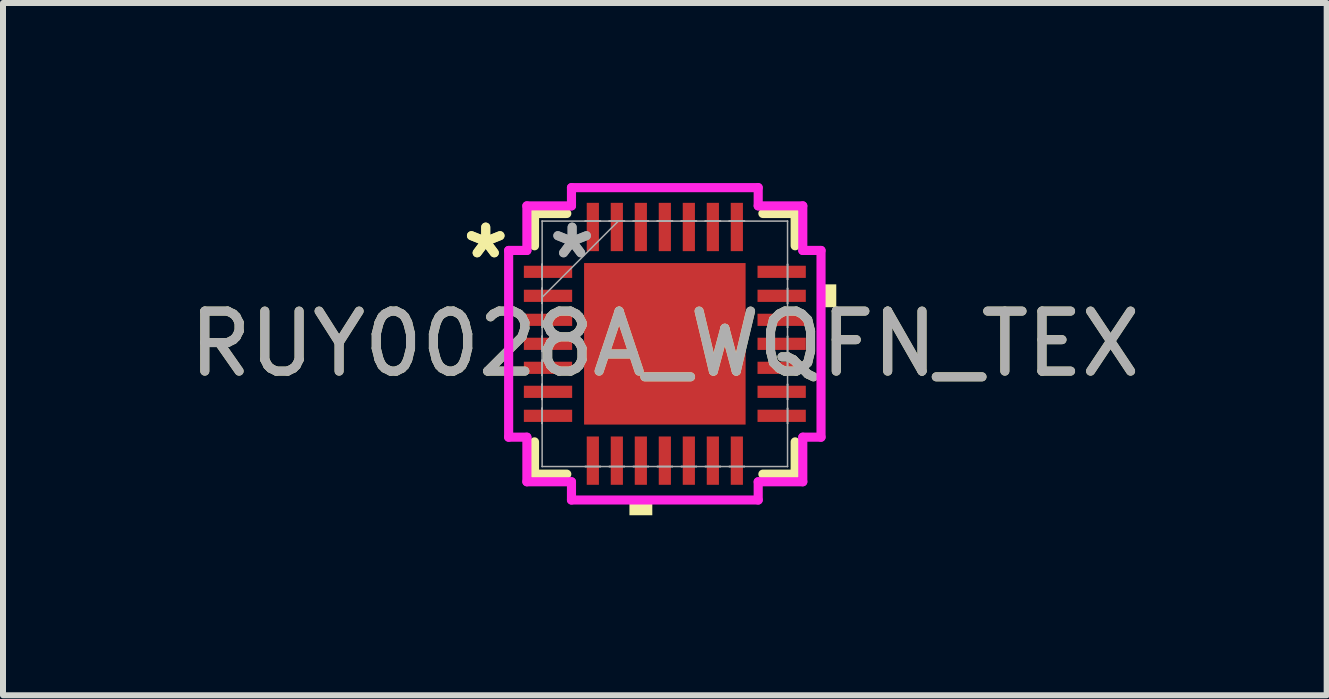
<source format=kicad_pcb>
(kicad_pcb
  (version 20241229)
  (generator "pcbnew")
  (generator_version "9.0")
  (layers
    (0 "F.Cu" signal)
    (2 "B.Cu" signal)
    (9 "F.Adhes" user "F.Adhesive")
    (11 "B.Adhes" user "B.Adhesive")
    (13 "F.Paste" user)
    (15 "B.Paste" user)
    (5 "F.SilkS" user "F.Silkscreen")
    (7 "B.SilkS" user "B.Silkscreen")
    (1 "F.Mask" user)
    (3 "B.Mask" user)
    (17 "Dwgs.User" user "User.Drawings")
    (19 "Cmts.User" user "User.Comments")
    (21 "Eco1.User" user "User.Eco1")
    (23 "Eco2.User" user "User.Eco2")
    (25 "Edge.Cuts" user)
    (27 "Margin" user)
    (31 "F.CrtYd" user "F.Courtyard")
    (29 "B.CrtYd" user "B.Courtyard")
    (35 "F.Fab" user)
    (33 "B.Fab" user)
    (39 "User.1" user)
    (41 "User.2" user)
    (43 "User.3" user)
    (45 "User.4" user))
  (footprint "RUY0028A_WQFN_TEX"
    (layer "F.Cu")
    (at 8.03 2.68)
    (property "Reference" "RUY0028A_WQFN_TEX" (at 0 0 0) (unlocked yes) (layer "F.SilkS") (effects (font (size 1 1) (thickness 0.15))))
    (attr smd)
    (fp_line (start -2.172 -2.172) (end -2.172 -1.634) (stroke (width 0.152) (type solid)) (layer "F.SilkS"))
    (fp_line (start -2.172 1.634) (end -2.172 2.172) (stroke (width 0.152) (type solid)) (layer "F.SilkS"))
    (fp_line (start -2.172 2.172) (end -1.634 2.172) (stroke (width 0.152) (type solid)) (layer "F.SilkS"))
    (fp_line (start -1.634 -2.172) (end -2.172 -2.172) (stroke (width 0.152) (type solid)) (layer "F.SilkS"))
    (fp_line (start 1.634 2.172) (end 2.172 2.172) (stroke (width 0.152) (type solid)) (layer "F.SilkS"))
    (fp_line (start 2.172 -2.172) (end 1.634 -2.172) (stroke (width 0.152) (type solid)) (layer "F.SilkS"))
    (fp_line (start 2.172 -1.634) (end 2.172 -2.172) (stroke (width 0.152) (type solid)) (layer "F.SilkS"))
    (fp_line (start 2.172 2.172) (end 2.172 1.634) (stroke (width 0.152) (type solid)) (layer "F.SilkS"))
    (fp_poly (pts (xy -0.59 2.603) (xy -0.59 2.857) (xy -0.209 2.857) (xy -0.209 2.603)) (stroke (width 0) (type solid)) (fill yes) (layer "F.SilkS"))
    (fp_poly (pts (xy 2.857 -0.991) (xy 2.857 -0.61) (xy 2.603 -0.61) (xy 2.603 -0.991)) (stroke (width 0) (type solid)) (fill yes) (layer "F.SilkS"))
    (fp_poly (pts (xy -1.246 -1.246) (xy -1.246 -0.1) (xy -0.1 -0.1) (xy -0.1 -1.246)) (stroke (width 0) (type solid)) (fill yes) (layer "F.Paste"))
    (fp_poly (pts (xy -1.246 0.1) (xy -1.246 1.246) (xy -0.1 1.246) (xy -0.1 0.1)) (stroke (width 0) (type solid)) (fill yes) (layer "F.Paste"))
    (fp_poly (pts (xy 0.1 -1.246) (xy 0.1 -0.1) (xy 1.246 -0.1) (xy 1.246 -1.246)) (stroke (width 0) (type solid)) (fill yes) (layer "F.Paste"))
    (fp_poly (pts (xy 0.1 0.1) (xy 0.1 1.246) (xy 1.246 1.246) (xy 1.246 0.1)) (stroke (width 0) (type solid)) (fill yes) (layer "F.Paste"))
    (fp_line (start -2.603 -1.556) (end -2.299 -1.556) (stroke (width 0.152) (type solid)) (layer "F.CrtYd"))
    (fp_line (start -2.603 1.556) (end -2.603 -1.556) (stroke (width 0.152) (type solid)) (layer "F.CrtYd"))
    (fp_line (start -2.299 -2.299) (end -1.556 -2.299) (stroke (width 0.152) (type solid)) (layer "F.CrtYd"))
    (fp_line (start -2.299 -1.556) (end -2.299 -2.299) (stroke (width 0.152) (type solid)) (layer "F.CrtYd"))
    (fp_line (start -2.299 1.556) (end -2.603 1.556) (stroke (width 0.152) (type solid)) (layer "F.CrtYd"))
    (fp_line (start -2.299 2.299) (end -2.299 1.556) (stroke (width 0.152) (type solid)) (layer "F.CrtYd"))
    (fp_line (start -1.556 -2.603) (end 1.556 -2.603) (stroke (width 0.152) (type solid)) (layer "F.CrtYd"))
    (fp_line (start -1.556 -2.299) (end -1.556 -2.603) (stroke (width 0.152) (type solid)) (layer "F.CrtYd"))
    (fp_line (start -1.556 2.299) (end -2.299 2.299) (stroke (width 0.152) (type solid)) (layer "F.CrtYd"))
    (fp_line (start -1.556 2.603) (end -1.556 2.299) (stroke (width 0.152) (type solid)) (layer "F.CrtYd"))
    (fp_line (start 1.556 -2.603) (end 1.556 -2.299) (stroke (width 0.152) (type solid)) (layer "F.CrtYd"))
    (fp_line (start 1.556 -2.299) (end 2.299 -2.299) (stroke (width 0.152) (type solid)) (layer "F.CrtYd"))
    (fp_line (start 1.556 2.299) (end 1.556 2.603) (stroke (width 0.152) (type solid)) (layer "F.CrtYd"))
    (fp_line (start 1.556 2.603) (end -1.556 2.603) (stroke (width 0.152) (type solid)) (layer "F.CrtYd"))
    (fp_line (start 2.299 -2.299) (end 2.299 -1.556) (stroke (width 0.152) (type solid)) (layer "F.CrtYd"))
    (fp_line (start 2.299 -1.556) (end 2.603 -1.556) (stroke (width 0.152) (type solid)) (layer "F.CrtYd"))
    (fp_line (start 2.299 1.556) (end 2.299 2.299) (stroke (width 0.152) (type solid)) (layer "F.CrtYd"))
    (fp_line (start 2.299 2.299) (end 1.556 2.299) (stroke (width 0.152) (type solid)) (layer "F.CrtYd"))
    (fp_line (start 2.603 -1.556) (end 2.603 1.556) (stroke (width 0.152) (type solid)) (layer "F.CrtYd"))
    (fp_line (start 2.603 1.556) (end 2.299 1.556) (stroke (width 0.152) (type solid)) (layer "F.CrtYd"))
    (fp_line (start -2.045 -2.045) (end -2.045 -2.045) (stroke (width 0.025) (type solid)) (layer "F.Fab"))
    (fp_line (start -2.045 -2.045) (end -2.045 2.045) (stroke (width 0.025) (type solid)) (layer "F.Fab"))
    (fp_line (start -2.045 -1.327) (end -2.045 -1.327) (stroke (width 0.025) (type solid)) (layer "F.Fab"))
    (fp_line (start -2.045 -1.327) (end -2.045 -1.073) (stroke (width 0.025) (type solid)) (layer "F.Fab"))
    (fp_line (start -2.045 -1.073) (end -2.045 -1.327) (stroke (width 0.025) (type solid)) (layer "F.Fab"))
    (fp_line (start -2.045 -1.073) (end -2.045 -1.073) (stroke (width 0.025) (type solid)) (layer "F.Fab"))
    (fp_line (start -2.045 -0.927) (end -2.045 -0.927) (stroke (width 0.025) (type solid)) (layer "F.Fab"))
    (fp_line (start -2.045 -0.927) (end -2.045 -0.673) (stroke (width 0.025) (type solid)) (layer "F.Fab"))
    (fp_line (start -2.045 -0.775) (end -0.775 -2.045) (stroke (width 0.025) (type solid)) (layer "F.Fab"))
    (fp_line (start -2.045 -0.673) (end -2.045 -0.927) (stroke (width 0.025) (type solid)) (layer "F.Fab"))
    (fp_line (start -2.045 -0.673) (end -2.045 -0.673) (stroke (width 0.025) (type solid)) (layer "F.Fab"))
    (fp_line (start -2.045 -0.527) (end -2.045 -0.527) (stroke (width 0.025) (type solid)) (layer "F.Fab"))
    (fp_line (start -2.045 -0.527) (end -2.045 -0.273) (stroke (width 0.025) (type solid)) (layer "F.Fab"))
    (fp_line (start -2.045 -0.273) (end -2.045 -0.527) (stroke (width 0.025) (type solid)) (layer "F.Fab"))
    (fp_line (start -2.045 -0.273) (end -2.045 -0.273) (stroke (width 0.025) (type solid)) (layer "F.Fab"))
    (fp_line (start -2.045 -0.127) (end -2.045 -0.127) (stroke (width 0.025) (type solid)) (layer "F.Fab"))
    (fp_line (start -2.045 -0.127) (end -2.045 0.127) (stroke (width 0.025) (type solid)) (layer "F.Fab"))
    (fp_line (start -2.045 0.127) (end -2.045 -0.127) (stroke (width 0.025) (type solid)) (layer "F.Fab"))
    (fp_line (start -2.045 0.127) (end -2.045 0.127) (stroke (width 0.025) (type solid)) (layer "F.Fab"))
    (fp_line (start -2.045 0.273) (end -2.045 0.273) (stroke (width 0.025) (type solid)) (layer "F.Fab"))
    (fp_line (start -2.045 0.273) (end -2.045 0.527) (stroke (width 0.025) (type solid)) (layer "F.Fab"))
    (fp_line (start -2.045 0.527) (end -2.045 0.273) (stroke (width 0.025) (type solid)) (layer "F.Fab"))
    (fp_line (start -2.045 0.527) (end -2.045 0.527) (stroke (width 0.025) (type solid)) (layer "F.Fab"))
    (fp_line (start -2.045 0.673) (end -2.045 0.673) (stroke (width 0.025) (type solid)) (layer "F.Fab"))
    (fp_line (start -2.045 0.673) (end -2.045 0.927) (stroke (width 0.025) (type solid)) (layer "F.Fab"))
    (fp_line (start -2.045 0.927) (end -2.045 0.673) (stroke (width 0.025) (type solid)) (layer "F.Fab"))
    (fp_line (start -2.045 0.927) (end -2.045 0.927) (stroke (width 0.025) (type solid)) (layer "F.Fab"))
    (fp_line (start -2.045 1.073) (end -2.045 1.073) (stroke (width 0.025) (type solid)) (layer "F.Fab"))
    (fp_line (start -2.045 1.073) (end -2.045 1.327) (stroke (width 0.025) (type solid)) (layer "F.Fab"))
    (fp_line (start -2.045 1.327) (end -2.045 1.073) (stroke (width 0.025) (type solid)) (layer "F.Fab"))
    (fp_line (start -2.045 1.327) (end -2.045 1.327) (stroke (width 0.025) (type solid)) (layer "F.Fab"))
    (fp_line (start -2.045 2.045) (end -2.045 2.045) (stroke (width 0.025) (type solid)) (layer "F.Fab"))
    (fp_line (start -2.045 2.045) (end 2.045 2.045) (stroke (width 0.025) (type solid)) (layer "F.Fab"))
    (fp_line (start -1.327 -2.045) (end -1.327 -2.045) (stroke (width 0.025) (type solid)) (layer "F.Fab"))
    (fp_line (start -1.327 -2.045) (end -1.073 -2.045) (stroke (width 0.025) (type solid)) (layer "F.Fab"))
    (fp_line (start -1.327 2.045) (end -1.327 2.045) (stroke (width 0.025) (type solid)) (layer "F.Fab"))
    (fp_line (start -1.327 2.045) (end -1.073 2.045) (stroke (width 0.025) (type solid)) (layer "F.Fab"))
    (fp_line (start -1.073 -2.045) (end -1.327 -2.045) (stroke (width 0.025) (type solid)) (layer "F.Fab"))
    (fp_line (start -1.073 -2.045) (end -1.073 -2.045) (stroke (width 0.025) (type solid)) (layer "F.Fab"))
    (fp_line (start -1.073 2.045) (end -1.327 2.045) (stroke (width 0.025) (type solid)) (layer "F.Fab"))
    (fp_line (start -1.073 2.045) (end -1.073 2.045) (stroke (width 0.025) (type solid)) (layer "F.Fab"))
    (fp_line (start -0.927 -2.045) (end -0.927 -2.045) (stroke (width 0.025) (type solid)) (layer "F.Fab"))
    (fp_line (start -0.927 -2.045) (end -0.673 -2.045) (stroke (width 0.025) (type solid)) (layer "F.Fab"))
    (fp_line (start -0.927 2.045) (end -0.927 2.045) (stroke (width 0.025) (type solid)) (layer "F.Fab"))
    (fp_line (start -0.927 2.045) (end -0.673 2.045) (stroke (width 0.025) (type solid)) (layer "F.Fab"))
    (fp_line (start -0.673 -2.045) (end -0.927 -2.045) (stroke (width 0.025) (type solid)) (layer "F.Fab"))
    (fp_line (start -0.673 -2.045) (end -0.673 -2.045) (stroke (width 0.025) (type solid)) (layer "F.Fab"))
    (fp_line (start -0.673 2.045) (end -0.927 2.045) (stroke (width 0.025) (type solid)) (layer "F.Fab"))
    (fp_line (start -0.673 2.045) (end -0.673 2.045) (stroke (width 0.025) (type solid)) (layer "F.Fab"))
    (fp_line (start -0.527 -2.045) (end -0.527 -2.045) (stroke (width 0.025) (type solid)) (layer "F.Fab"))
    (fp_line (start -0.527 -2.045) (end -0.273 -2.045) (stroke (width 0.025) (type solid)) (layer "F.Fab"))
    (fp_line (start -0.527 2.045) (end -0.527 2.045) (stroke (width 0.025) (type solid)) (layer "F.Fab"))
    (fp_line (start -0.527 2.045) (end -0.273 2.045) (stroke (width 0.025) (type solid)) (layer "F.Fab"))
    (fp_line (start -0.273 -2.045) (end -0.527 -2.045) (stroke (width 0.025) (type solid)) (layer "F.Fab"))
    (fp_line (start -0.273 -2.045) (end -0.273 -2.045) (stroke (width 0.025) (type solid)) (layer "F.Fab"))
    (fp_line (start -0.273 2.045) (end -0.527 2.045) (stroke (width 0.025) (type solid)) (layer "F.Fab"))
    (fp_line (start -0.273 2.045) (end -0.273 2.045) (stroke (width 0.025) (type solid)) (layer "F.Fab"))
    (fp_line (start -0.127 -2.045) (end -0.127 -2.045) (stroke (width 0.025) (type solid)) (layer "F.Fab"))
    (fp_line (start -0.127 -2.045) (end 0.127 -2.045) (stroke (width 0.025) (type solid)) (layer "F.Fab"))
    (fp_line (start -0.127 2.045) (end -0.127 2.045) (stroke (width 0.025) (type solid)) (layer "F.Fab"))
    (fp_line (start -0.127 2.045) (end 0.127 2.045) (stroke (width 0.025) (type solid)) (layer "F.Fab"))
    (fp_line (start 0.127 -2.045) (end -0.127 -2.045) (stroke (width 0.025) (type solid)) (layer "F.Fab"))
    (fp_line (start 0.127 -2.045) (end 0.127 -2.045) (stroke (width 0.025) (type solid)) (layer "F.Fab"))
    (fp_line (start 0.127 2.045) (end -0.127 2.045) (stroke (width 0.025) (type solid)) (layer "F.Fab"))
    (fp_line (start 0.127 2.045) (end 0.127 2.045) (stroke (width 0.025) (type solid)) (layer "F.Fab"))
    (fp_line (start 0.273 -2.045) (end 0.273 -2.045) (stroke (width 0.025) (type solid)) (layer "F.Fab"))
    (fp_line (start 0.273 -2.045) (end 0.527 -2.045) (stroke (width 0.025) (type solid)) (layer "F.Fab"))
    (fp_line (start 0.273 2.045) (end 0.273 2.045) (stroke (width 0.025) (type solid)) (layer "F.Fab"))
    (fp_line (start 0.273 2.045) (end 0.527 2.045) (stroke (width 0.025) (type solid)) (layer "F.Fab"))
    (fp_line (start 0.527 -2.045) (end 0.273 -2.045) (stroke (width 0.025) (type solid)) (layer "F.Fab"))
    (fp_line (start 0.527 -2.045) (end 0.527 -2.045) (stroke (width 0.025) (type solid)) (layer "F.Fab"))
    (fp_line (start 0.527 2.045) (end 0.273 2.045) (stroke (width 0.025) (type solid)) (layer "F.Fab"))
    (fp_line (start 0.527 2.045) (end 0.527 2.045) (stroke (width 0.025) (type solid)) (layer "F.Fab"))
    (fp_line (start 0.673 -2.045) (end 0.673 -2.045) (stroke (width 0.025) (type solid)) (layer "F.Fab"))
    (fp_line (start 0.673 -2.045) (end 0.927 -2.045) (stroke (width 0.025) (type solid)) (layer "F.Fab"))
    (fp_line (start 0.673 2.045) (end 0.673 2.045) (stroke (width 0.025) (type solid)) (layer "F.Fab"))
    (fp_line (start 0.673 2.045) (end 0.927 2.045) (stroke (width 0.025) (type solid)) (layer "F.Fab"))
    (fp_line (start 0.927 -2.045) (end 0.673 -2.045) (stroke (width 0.025) (type solid)) (layer "F.Fab"))
    (fp_line (start 0.927 -2.045) (end 0.927 -2.045) (stroke (width 0.025) (type solid)) (layer "F.Fab"))
    (fp_line (start 0.927 2.045) (end 0.673 2.045) (stroke (width 0.025) (type solid)) (layer "F.Fab"))
    (fp_line (start 0.927 2.045) (end 0.927 2.045) (stroke (width 0.025) (type solid)) (layer "F.Fab"))
    (fp_line (start 1.073 -2.045) (end 1.073 -2.045) (stroke (width 0.025) (type solid)) (layer "F.Fab"))
    (fp_line (start 1.073 -2.045) (end 1.327 -2.045) (stroke (width 0.025) (type solid)) (layer "F.Fab"))
    (fp_line (start 1.073 2.045) (end 1.073 2.045) (stroke (width 0.025) (type solid)) (layer "F.Fab"))
    (fp_line (start 1.073 2.045) (end 1.327 2.045) (stroke (width 0.025) (type solid)) (layer "F.Fab"))
    (fp_line (start 1.327 -2.045) (end 1.073 -2.045) (stroke (width 0.025) (type solid)) (layer "F.Fab"))
    (fp_line (start 1.327 -2.045) (end 1.327 -2.045) (stroke (width 0.025) (type solid)) (layer "F.Fab"))
    (fp_line (start 1.327 2.045) (end 1.073 2.045) (stroke (width 0.025) (type solid)) (layer "F.Fab"))
    (fp_line (start 1.327 2.045) (end 1.327 2.045) (stroke (width 0.025) (type solid)) (layer "F.Fab"))
    (fp_line (start 2.045 -2.045) (end -2.045 -2.045) (stroke (width 0.025) (type solid)) (layer "F.Fab"))
    (fp_line (start 2.045 -2.045) (end 2.045 -2.045) (stroke (width 0.025) (type solid)) (layer "F.Fab"))
    (fp_line (start 2.045 -1.327) (end 2.045 -1.327) (stroke (width 0.025) (type solid)) (layer "F.Fab"))
    (fp_line (start 2.045 -1.327) (end 2.045 -1.073) (stroke (width 0.025) (type solid)) (layer "F.Fab"))
    (fp_line (start 2.045 -1.073) (end 2.045 -1.327) (stroke (width 0.025) (type solid)) (layer "F.Fab"))
    (fp_line (start 2.045 -1.073) (end 2.045 -1.073) (stroke (width 0.025) (type solid)) (layer "F.Fab"))
    (fp_line (start 2.045 -0.927) (end 2.045 -0.927) (stroke (width 0.025) (type solid)) (layer "F.Fab"))
    (fp_line (start 2.045 -0.927) (end 2.045 -0.673) (stroke (width 0.025) (type solid)) (layer "F.Fab"))
    (fp_line (start 2.045 -0.673) (end 2.045 -0.927) (stroke (width 0.025) (type solid)) (layer "F.Fab"))
    (fp_line (start 2.045 -0.673) (end 2.045 -0.673) (stroke (width 0.025) (type solid)) (layer "F.Fab"))
    (fp_line (start 2.045 -0.527) (end 2.045 -0.527) (stroke (width 0.025) (type solid)) (layer "F.Fab"))
    (fp_line (start 2.045 -0.527) (end 2.045 -0.273) (stroke (width 0.025) (type solid)) (layer "F.Fab"))
    (fp_line (start 2.045 -0.273) (end 2.045 -0.527) (stroke (width 0.025) (type solid)) (layer "F.Fab"))
    (fp_line (start 2.045 -0.273) (end 2.045 -0.273) (stroke (width 0.025) (type solid)) (layer "F.Fab"))
    (fp_line (start 2.045 -0.127) (end 2.045 -0.127) (stroke (width 0.025) (type solid)) (layer "F.Fab"))
    (fp_line (start 2.045 -0.127) (end 2.045 0.127) (stroke (width 0.025) (type solid)) (layer "F.Fab"))
    (fp_line (start 2.045 0.127) (end 2.045 -0.127) (stroke (width 0.025) (type solid)) (layer "F.Fab"))
    (fp_line (start 2.045 0.127) (end 2.045 0.127) (stroke (width 0.025) (type solid)) (layer "F.Fab"))
    (fp_line (start 2.045 0.273) (end 2.045 0.273) (stroke (width 0.025) (type solid)) (layer "F.Fab"))
    (fp_line (start 2.045 0.273) (end 2.045 0.527) (stroke (width 0.025) (type solid)) (layer "F.Fab"))
    (fp_line (start 2.045 0.527) (end 2.045 0.273) (stroke (width 0.025) (type solid)) (layer "F.Fab"))
    (fp_line (start 2.045 0.527) (end 2.045 0.527) (stroke (width 0.025) (type solid)) (layer "F.Fab"))
    (fp_line (start 2.045 0.673) (end 2.045 0.673) (stroke (width 0.025) (type solid)) (layer "F.Fab"))
    (fp_line (start 2.045 0.673) (end 2.045 0.927) (stroke (width 0.025) (type solid)) (layer "F.Fab"))
    (fp_line (start 2.045 0.927) (end 2.045 0.673) (stroke (width 0.025) (type solid)) (layer "F.Fab"))
    (fp_line (start 2.045 0.927) (end 2.045 0.927) (stroke (width 0.025) (type solid)) (layer "F.Fab"))
    (fp_line (start 2.045 1.073) (end 2.045 1.073) (stroke (width 0.025) (type solid)) (layer "F.Fab"))
    (fp_line (start 2.045 1.073) (end 2.045 1.327) (stroke (width 0.025) (type solid)) (layer "F.Fab"))
    (fp_line (start 2.045 1.327) (end 2.045 1.073) (stroke (width 0.025) (type solid)) (layer "F.Fab"))
    (fp_line (start 2.045 1.327) (end 2.045 1.327) (stroke (width 0.025) (type solid)) (layer "F.Fab"))
    (fp_line (start 2.045 2.045) (end 2.045 -2.045) (stroke (width 0.025) (type solid)) (layer "F.Fab"))
    (fp_line (start 2.045 2.045) (end 2.045 2.045) (stroke (width 0.025) (type solid)) (layer "F.Fab"))
    (fp_text user "*" (at -2.985 -1.4 0) (unlocked yes) (layer "F.SilkS") (effects (font (size 1 1) (thickness 0.15))))
    (fp_text user "*" (at -2.985 -1.4 0) (layer "F.SilkS") (effects (font (size 1 1) (thickness 0.15))))
    (fp_text user "*" (at -1.545 -1.4 0) (unlocked yes) (layer "F.Fab") (effects (font (size 1 1) (thickness 0.15))))
    (fp_text user "${REFERENCE}" (at 0 0 0) (unlocked yes) (layer "F.Fab") (effects (font (size 1 1) (thickness 0.15))))
    (fp_text user "*" (at -1.545 -1.4 0) (layer "F.Fab") (effects (font (size 1 1) (thickness 0.15))))
    (pad "1" smd rect (at -1.947 -1.2 90) (size 0.203 0.805) (layers "F.Cu" "F.Mask" "F.Paste"))
    (pad "2" smd rect (at -1.947 -0.8 90) (size 0.203 0.805) (layers "F.Cu" "F.Mask" "F.Paste"))
    (pad "3" smd rect (at -1.947 -0.4 90) (size 0.203 0.805) (layers "F.Cu" "F.Mask" "F.Paste"))
    (pad "4" smd rect (at -1.947 0 90) (size 0.203 0.805) (layers "F.Cu" "F.Mask" "F.Paste"))
    (pad "5" smd rect (at -1.947 0.4 90) (size 0.203 0.805) (layers "F.Cu" "F.Mask" "F.Paste"))
    (pad "6" smd rect (at -1.947 0.8 90) (size 0.203 0.805) (layers "F.Cu" "F.Mask" "F.Paste"))
    (pad "7" smd rect (at -1.947 1.2 90) (size 0.203 0.805) (layers "F.Cu" "F.Mask" "F.Paste"))
    (pad "8" smd rect (at -1.2 1.947) (size 0.203 0.805) (layers "F.Cu" "F.Mask" "F.Paste"))
    (pad "9" smd rect (at -0.8 1.947) (size 0.203 0.805) (layers "F.Cu" "F.Mask" "F.Paste"))
    (pad "10" smd rect (at -0.4 1.947) (size 0.203 0.805) (layers "F.Cu" "F.Mask" "F.Paste"))
    (pad "11" smd rect (at 0 1.947) (size 0.203 0.805) (layers "F.Cu" "F.Mask" "F.Paste"))
    (pad "12" smd rect (at 0.4 1.947) (size 0.203 0.805) (layers "F.Cu" "F.Mask" "F.Paste"))
    (pad "13" smd rect (at 0.8 1.947) (size 0.203 0.805) (layers "F.Cu" "F.Mask" "F.Paste"))
    (pad "14" smd rect (at 1.2 1.947) (size 0.203 0.805) (layers "F.Cu" "F.Mask" "F.Paste"))
    (pad "15" smd rect (at 1.947 1.2 90) (size 0.203 0.805) (layers "F.Cu" "F.Mask" "F.Paste"))
    (pad "16" smd rect (at 1.947 0.8 90) (size 0.203 0.805) (layers "F.Cu" "F.Mask" "F.Paste"))
    (pad "17" smd rect (at 1.947 0.4 90) (size 0.203 0.805) (layers "F.Cu" "F.Mask" "F.Paste"))
    (pad "18" smd rect (at 1.947 0 90) (size 0.203 0.805) (layers "F.Cu" "F.Mask" "F.Paste"))
    (pad "19" smd rect (at 1.947 -0.4 90) (size 0.203 0.805) (layers "F.Cu" "F.Mask" "F.Paste"))
    (pad "20" smd rect (at 1.947 -0.8 90) (size 0.203 0.805) (layers "F.Cu" "F.Mask" "F.Paste"))
    (pad "21" smd rect (at 1.947 -1.2 90) (size 0.203 0.805) (layers "F.Cu" "F.Mask" "F.Paste"))
    (pad "22" smd rect (at 1.2 -1.947) (size 0.203 0.805) (layers "F.Cu" "F.Mask" "F.Paste"))
    (pad "23" smd rect (at 0.8 -1.947) (size 0.203 0.805) (layers "F.Cu" "F.Mask" "F.Paste"))
    (pad "24" smd rect (at 0.4 -1.947) (size 0.203 0.805) (layers "F.Cu" "F.Mask" "F.Paste"))
    (pad "25" smd rect (at 0 -1.947) (size 0.203 0.805) (layers "F.Cu" "F.Mask" "F.Paste"))
    (pad "26" smd rect (at -0.4 -1.947) (size 0.203 0.805) (layers "F.Cu" "F.Mask" "F.Paste"))
    (pad "27" smd rect (at -0.8 -1.947) (size 0.203 0.805) (layers "F.Cu" "F.Mask" "F.Paste"))
    (pad "28" smd rect (at -1.2 -1.947) (size 0.203 0.805) (layers "F.Cu" "F.Mask" "F.Paste"))
    (pad "29" smd rect (at 0 0) (size 2.692 2.692) (layers "F.Cu" "F.Mask")))
  (gr_rect
    (start -3 -3)
    (end 19.06 8.537)
    (stroke (width 0.1) (type default))
    (fill no)
    (layer "Edge.Cuts")))
</source>
